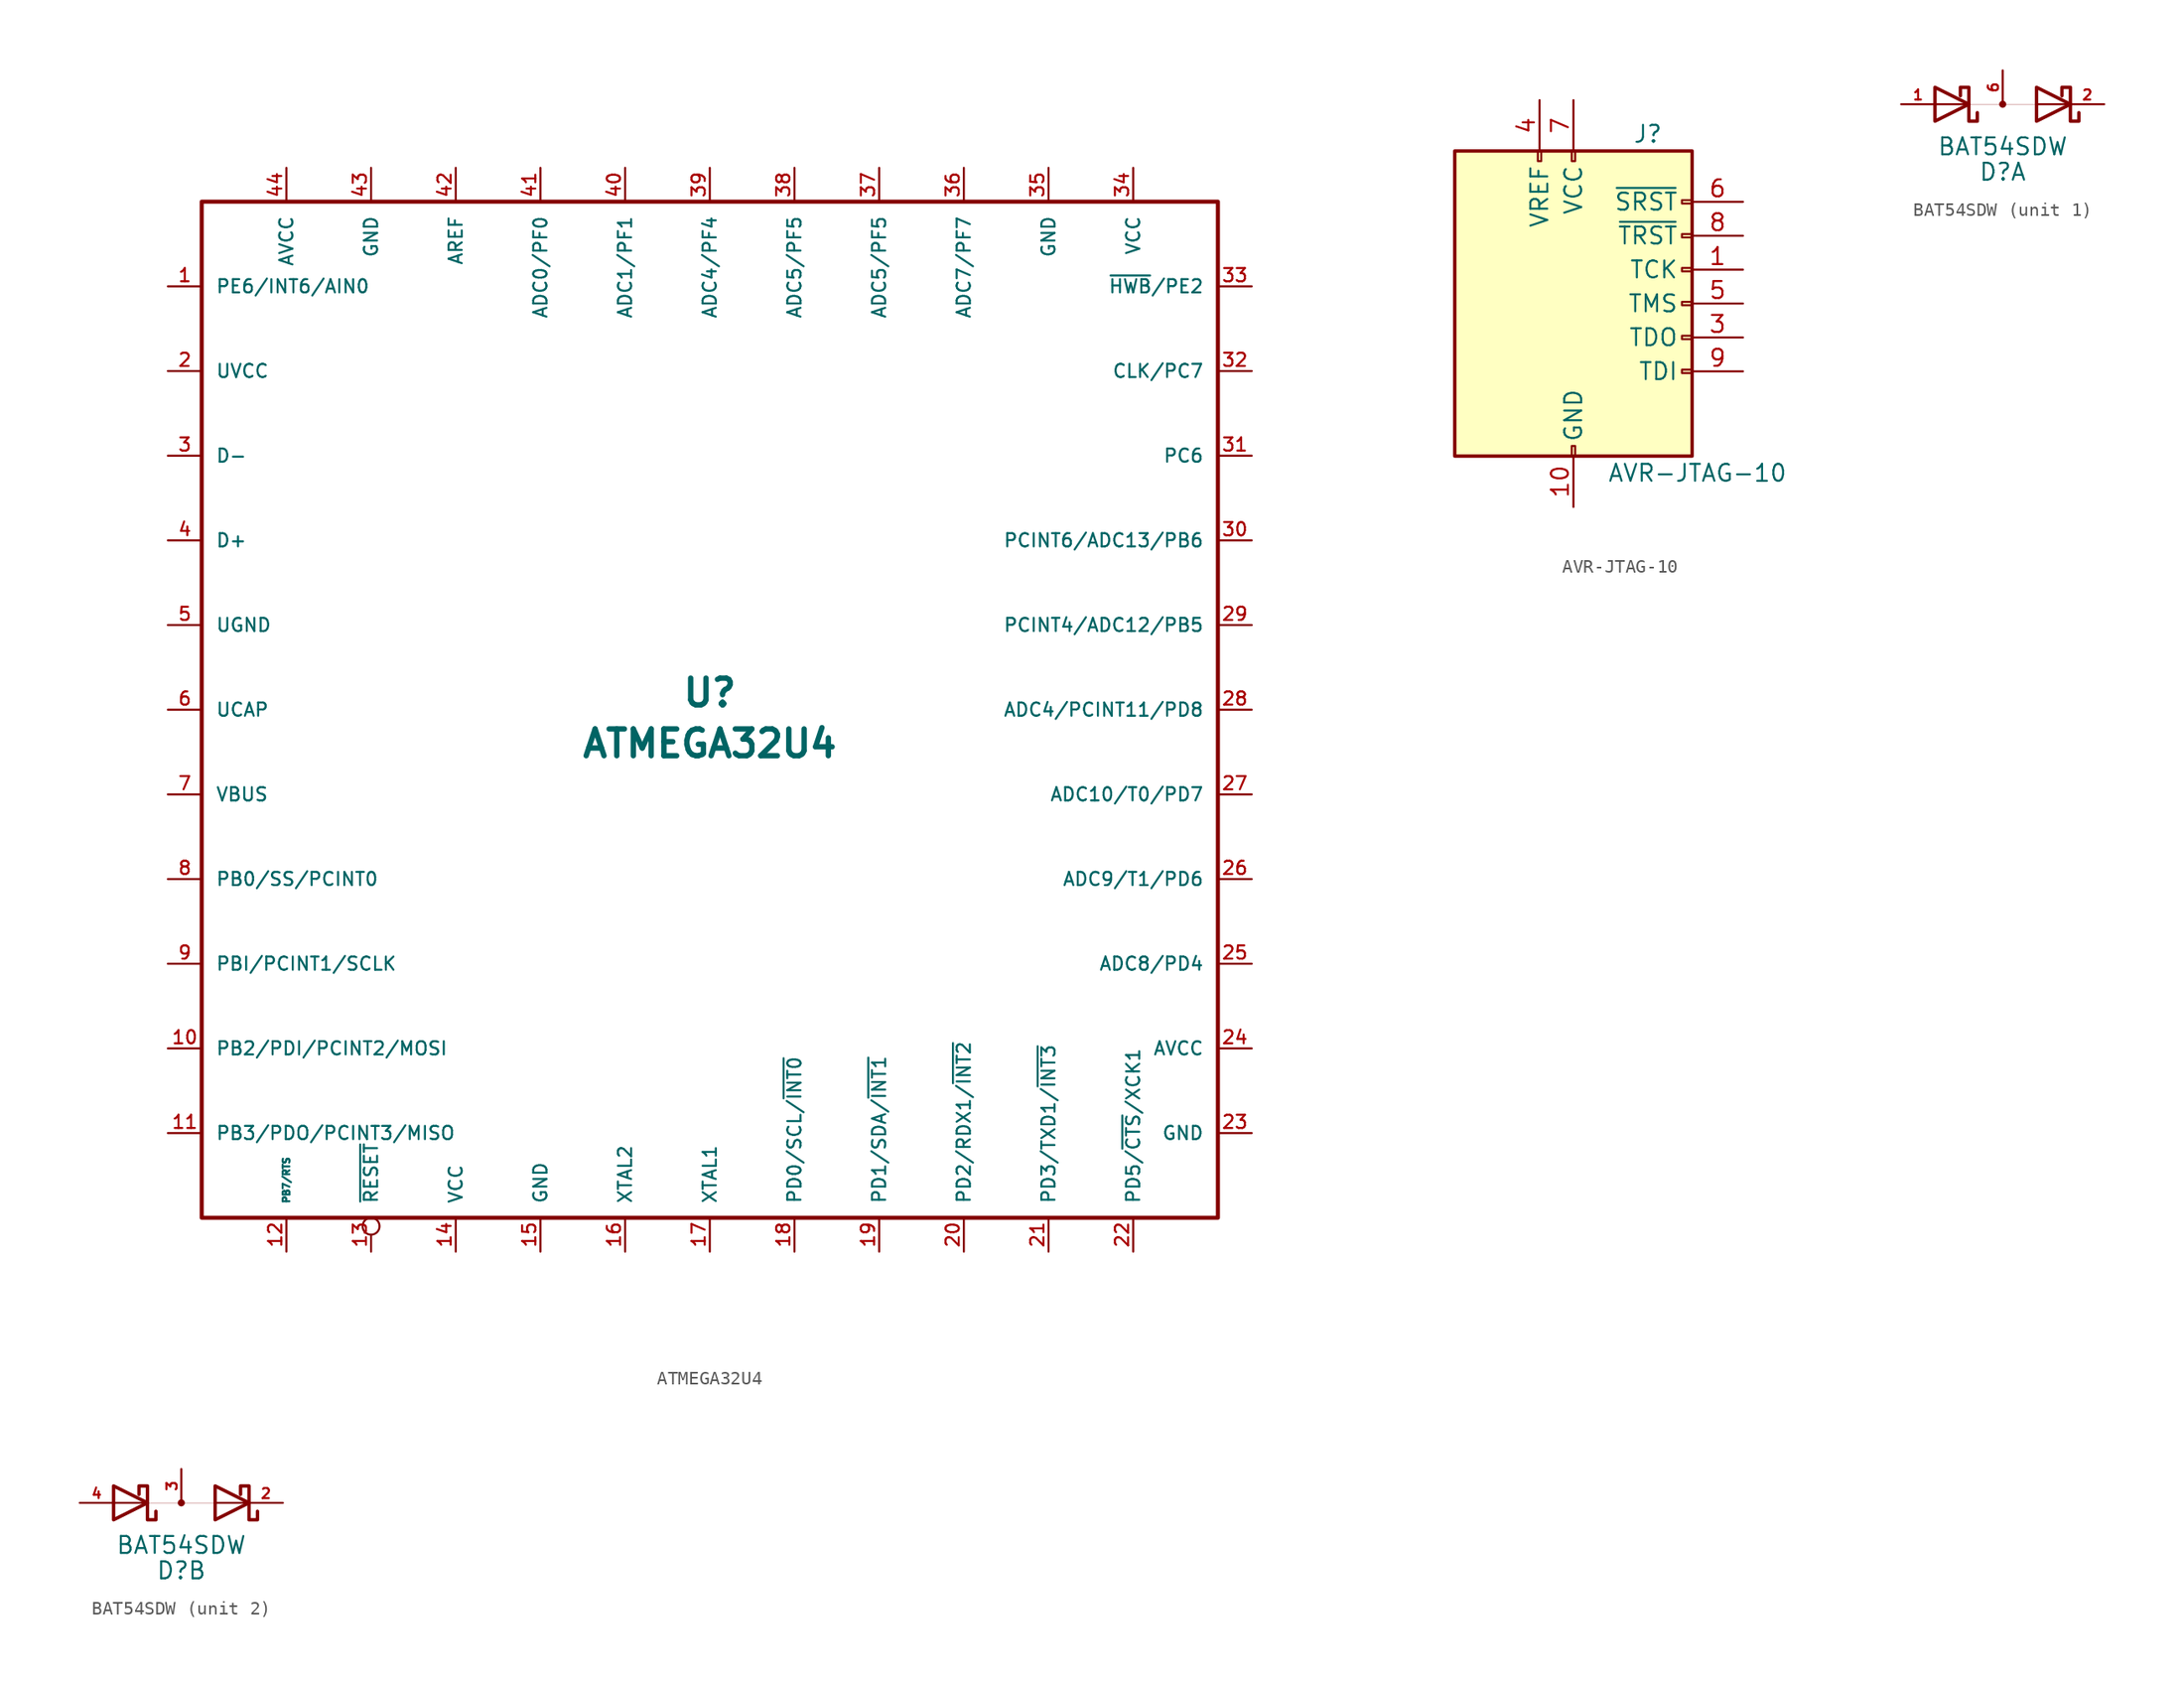
<source format=kicad_sym>
(kicad_symbol_lib
  (version 20211014)
  (generator kicad_symbol_editor)
  (symbol "acheron_Symbols:ATMEGA32U4"
    (pin_names
      (offset 1.016))
    (property "Reference" "U"
      (at 0 1.27 0)
      (effects (font (size 2.007 2.007) bold)))
    (property "Value" "ATMEGA32U4"
      (at 0 -2.54 0)
      (effects (font (size 2.007 2.007) bold)))
    (symbol "ATMEGA32U4_0_1"
      (rectangle (start -38.1 38.1) (end 38.1 -38.1) (stroke (width 0.305) (type default) (color 0 0 0 0)) (fill (type none))))
    (symbol "ATMEGA32U4_1_1"
      (pin bidirectional line (at -40.64 31.75 0) (length 2.54) (name "PE6/INT6/AIN0" (effects (font (size 0.991 0.991)))) (number "1" (effects (font (size 0.991 0.991)))))
      (pin bidirectional line (at -40.64 -25.4 0) (length 2.54) (name "PB2/PDI/PCINT2/MOSI" (effects (font (size 0.991 0.991)))) (number "10" (effects (font (size 0.991 0.991)))))
      (pin bidirectional line (at -40.64 -31.75 0) (length 2.54) (name "PB3/PDO/PCINT3/MISO" (effects (font (size 0.991 0.991)))) (number "11" (effects (font (size 0.991 0.991)))))
      (pin bidirectional line (at -31.75 -40.64 90) (length 2.54) (name "PB7/RTS" (effects (font (size 0.508 0.508)))) (number "12" (effects (font (size 0.991 0.991)))))
      (pin input inverted (at -25.4 -40.64 90) (length 2.54) (name "~{RESET}" (effects (font (size 0.991 0.991)))) (number "13" (effects (font (size 0.991 0.991)))))
      (pin power_in line (at -19.05 -40.64 90) (length 2.54) (name "VCC" (effects (font (size 0.991 0.991)))) (number "14" (effects (font (size 0.991 0.991)))))
      (pin power_in line (at -12.7 -40.64 90) (length 2.54) (name "GND" (effects (font (size 0.991 0.991)))) (number "15" (effects (font (size 0.991 0.991)))))
      (pin input line (at -6.35 -40.64 90) (length 2.54) (name "XTAL2" (effects (font (size 0.991 0.991)))) (number "16" (effects (font (size 0.991 0.991)))))
      (pin input line (at 0 -40.64 90) (length 2.54) (name "XTAL1" (effects (font (size 0.991 0.991)))) (number "17" (effects (font (size 0.991 0.991)))))
      (pin bidirectional line (at 6.35 -40.64 90) (length 2.54) (name "PD0/SCL/~{INT0}" (effects (font (size 0.991 0.991)))) (number "18" (effects (font (size 0.991 0.991)))))
      (pin bidirectional line (at 12.7 -40.64 90) (length 2.54) (name "PD1/SDA/~{INT1}" (effects (font (size 0.991 0.991)))) (number "19" (effects (font (size 0.991 0.991)))))
      (pin power_in line (at -40.64 25.4 0) (length 2.54) (name "UVCC" (effects (font (size 0.991 0.991)))) (number "2" (effects (font (size 0.991 0.991)))))
      (pin bidirectional line (at 19.05 -40.64 90) (length 2.54) (name "PD2/RDX1/~{INT2}" (effects (font (size 0.991 0.991)))) (number "20" (effects (font (size 0.991 0.991)))))
      (pin bidirectional line (at 25.4 -40.64 90) (length 2.54) (name "PD3/TXD1/~{INT3}" (effects (font (size 0.991 0.991)))) (number "21" (effects (font (size 0.991 0.991)))))
      (pin bidirectional line (at 31.75 -40.64 90) (length 2.54) (name "PD5/~{CTS}/XCK1" (effects (font (size 0.991 0.991)))) (number "22" (effects (font (size 0.991 0.991)))))
      (pin power_in line (at 40.64 -31.75 180) (length 2.54) (name "GND" (effects (font (size 0.991 0.991)))) (number "23" (effects (font (size 0.991 0.991)))))
      (pin power_in line (at 40.64 -25.4 180) (length 2.54) (name "AVCC" (effects (font (size 0.991 0.991)))) (number "24" (effects (font (size 0.991 0.991)))))
      (pin bidirectional line (at 40.64 -19.05 180) (length 2.54) (name "ADC8/PD4" (effects (font (size 0.991 0.991)))) (number "25" (effects (font (size 0.991 0.991)))))
      (pin bidirectional line (at 40.64 -12.7 180) (length 2.54) (name "ADC9/T1/PD6" (effects (font (size 0.991 0.991)))) (number "26" (effects (font (size 0.991 0.991)))))
      (pin bidirectional line (at 40.64 -6.35 180) (length 2.54) (name "ADC10/T0/PD7" (effects (font (size 0.991 0.991)))) (number "27" (effects (font (size 0.991 0.991)))))
      (pin bidirectional line (at 40.64 0 180) (length 2.54) (name "ADC4/PCINT11/PD8" (effects (font (size 0.991 0.991)))) (number "28" (effects (font (size 0.991 0.991)))))
      (pin bidirectional line (at 40.64 6.35 180) (length 2.54) (name "PCINT4/ADC12/PB5" (effects (font (size 0.991 0.991)))) (number "29" (effects (font (size 0.991 0.991)))))
      (pin bidirectional line (at -40.64 19.05 0) (length 2.54) (name "D-" (effects (font (size 0.991 0.991)))) (number "3" (effects (font (size 0.991 0.991)))))
      (pin bidirectional line (at 40.64 12.7 180) (length 2.54) (name "PCINT6/ADC13/PB6" (effects (font (size 0.991 0.991)))) (number "30" (effects (font (size 0.991 0.991)))))
      (pin bidirectional line (at 40.64 19.05 180) (length 2.54) (name "PC6" (effects (font (size 0.991 0.991)))) (number "31" (effects (font (size 0.991 0.991)))))
      (pin bidirectional line (at 40.64 25.4 180) (length 2.54) (name "CLK/PC7" (effects (font (size 0.991 0.991)))) (number "32" (effects (font (size 0.991 0.991)))))
      (pin bidirectional line (at 40.64 31.75 180) (length 2.54) (name "~{HWB}/PE2" (effects (font (size 0.991 0.991)))) (number "33" (effects (font (size 0.991 0.991)))))
      (pin power_in line (at 31.75 40.64 270) (length 2.54) (name "VCC" (effects (font (size 0.991 0.991)))) (number "34" (effects (font (size 0.991 0.991)))))
      (pin power_in line (at 25.4 40.64 270) (length 2.54) (name "GND" (effects (font (size 0.991 0.991)))) (number "35" (effects (font (size 0.991 0.991)))))
      (pin bidirectional line (at 19.05 40.64 270) (length 2.54) (name "ADC7/PF7" (effects (font (size 0.991 0.991)))) (number "36" (effects (font (size 0.991 0.991)))))
      (pin bidirectional line (at 12.7 40.64 270) (length 2.54) (name "ADC5/PF5" (effects (font (size 0.991 0.991)))) (number "37" (effects (font (size 0.991 0.991)))))
      (pin bidirectional line (at 6.35 40.64 270) (length 2.54) (name "ADC5/PF5" (effects (font (size 0.991 0.991)))) (number "38" (effects (font (size 0.991 0.991)))))
      (pin bidirectional line (at 0 40.64 270) (length 2.54) (name "ADC4/PF4" (effects (font (size 0.991 0.991)))) (number "39" (effects (font (size 0.991 0.991)))))
      (pin bidirectional line (at -40.64 12.7 0) (length 2.54) (name "D+" (effects (font (size 0.991 0.991)))) (number "4" (effects (font (size 0.991 0.991)))))
      (pin bidirectional line (at -6.35 40.64 270) (length 2.54) (name "ADC1/PF1" (effects (font (size 0.991 0.991)))) (number "40" (effects (font (size 0.991 0.991)))))
      (pin bidirectional line (at -12.7 40.64 270) (length 2.54) (name "ADC0/PF0" (effects (font (size 0.991 0.991)))) (number "41" (effects (font (size 0.991 0.991)))))
      (pin input line (at -19.05 40.64 270) (length 2.54) (name "AREF" (effects (font (size 0.991 0.991)))) (number "42" (effects (font (size 0.991 0.991)))))
      (pin power_in line (at -25.4 40.64 270) (length 2.54) (name "GND" (effects (font (size 0.991 0.991)))) (number "43" (effects (font (size 0.991 0.991)))))
      (pin power_in line (at -31.75 40.64 270) (length 2.54) (name "AVCC" (effects (font (size 0.991 0.991)))) (number "44" (effects (font (size 0.991 0.991)))))
      (pin power_in line (at -40.64 6.35 0) (length 2.54) (name "UGND" (effects (font (size 0.991 0.991)))) (number "5" (effects (font (size 0.991 0.991)))))
      (pin input line (at -40.64 0 0) (length 2.54) (name "UCAP" (effects (font (size 0.991 0.991)))) (number "6" (effects (font (size 0.991 0.991)))))
      (pin power_in line (at -40.64 -6.35 0) (length 2.54) (name "VBUS" (effects (font (size 0.991 0.991)))) (number "7" (effects (font (size 0.991 0.991)))))
      (pin bidirectional line (at -40.64 -12.7 0) (length 2.54) (name "PB0/SS/PCINT0" (effects (font (size 0.991 0.991)))) (number "8" (effects (font (size 0.991 0.991)))))
      (pin bidirectional line (at -40.64 -19.05 0) (length 2.54) (name "PBI/PCINT1/SCLK" (effects (font (size 0.991 0.991)))) (number "9" (effects (font (size 0.991 0.991)))))))
  (symbol "acheron_Symbols:AVR-JTAG-10"
    (pin_names
      (offset 1.016))
    (property "Reference" "J"
      (at 4.445 12.7 0)
      (effects (font (size 1.27 1.27)) (justify left)))
    (property "Value" "AVR-JTAG-10"
      (at 2.54 -12.7 0)
      (effects (font (size 1.27 1.27)) (justify left)))
    (symbol "AVR-JTAG-10_0_1"
      (rectangle (start -2.667 11.43) (end -2.413 10.668) (stroke (width 0) (type default) (color 0 0 0 0)) (fill (type none)))
      (rectangle (start -0.127 -10.668) (end 0.127 -11.43) (stroke (width 0) (type default) (color 0 0 0 0)) (fill (type none)))
      (rectangle (start -0.127 11.43) (end 0.127 10.668) (stroke (width 0) (type default) (color 0 0 0 0)) (fill (type none)))
      (rectangle (start 8.89 -4.953) (end 8.128 -5.207) (stroke (width 0) (type default) (color 0 0 0 0)) (fill (type none)))
      (rectangle (start 8.89 -2.413) (end 8.128 -2.667) (stroke (width 0) (type default) (color 0 0 0 0)) (fill (type none)))
      (rectangle (start 8.89 0.127) (end 8.128 -0.127) (stroke (width 0) (type default) (color 0 0 0 0)) (fill (type none)))
      (rectangle (start 8.89 2.667) (end 8.128 2.413) (stroke (width 0) (type default) (color 0 0 0 0)) (fill (type none)))
      (rectangle (start 8.89 5.207) (end 8.128 4.953) (stroke (width 0) (type default) (color 0 0 0 0)) (fill (type none)))
      (rectangle (start 8.89 7.747) (end 8.128 7.493) (stroke (width 0) (type default) (color 0 0 0 0)) (fill (type none)))
      (rectangle (start 8.89 11.43) (end -8.89 -11.43) (stroke (width 0.254) (type default) (color 0 0 0 0)) (fill (type background))))
    (symbol "AVR-JTAG-10_1_1"
      (pin passive line (at 12.7 2.54 180) (length 3.81) (name "TCK" (effects (font (size 1.27 1.27)))) (number "1" (effects (font (size 1.27 1.27)))))
      (pin power_in line (at 0 -15.24 90) (length 3.81) (name "GND" (effects (font (size 1.27 1.27)))) (number "10" (effects (font (size 1.27 1.27)))))
      (pin passive line (at 0 -15.24 90) (length 3.81) hide (name "GND" (effects (font (size 1.27 1.27)))) (number "2" (effects (font (size 1.27 1.27)))))
      (pin passive line (at 12.7 -2.54 180) (length 3.81) (name "TDO" (effects (font (size 1.27 1.27)))) (number "3" (effects (font (size 1.27 1.27)))))
      (pin passive line (at -2.54 15.24 270) (length 3.81) (name "VREF" (effects (font (size 1.27 1.27)))) (number "4" (effects (font (size 1.27 1.27)))))
      (pin passive line (at 12.7 0 180) (length 3.81) (name "TMS" (effects (font (size 1.27 1.27)))) (number "5" (effects (font (size 1.27 1.27)))))
      (pin passive line (at 12.7 7.62 180) (length 3.81) (name "~{SRST}" (effects (font (size 1.27 1.27)))) (number "6" (effects (font (size 1.27 1.27)))))
      (pin power_in line (at 0 15.24 270) (length 3.81) (name "VCC" (effects (font (size 1.27 1.27)))) (number "7" (effects (font (size 1.27 1.27)))))
      (pin passive line (at 12.7 5.08 180) (length 3.81) (name "~{TRST}" (effects (font (size 1.27 1.27)))) (number "8" (effects (font (size 1.27 1.27)))))
      (pin passive line (at 12.7 -5.08 180) (length 3.81) (name "TDI" (effects (font (size 1.27 1.27)))) (number "9" (effects (font (size 1.27 1.27)))))))
  (symbol "acheron_Symbols:BAT54SDW"
    (pin_names
      (offset 1.016))
    (property "Reference" "D"
      (at 0 -5.08 0)
      (effects (font (size 1.27 1.27))))
    (property "Value" "BAT54SDW"
      (at 0 -3.175 0)
      (effects (font (size 1.27 1.27))))
    (symbol "BAT54SDW_0_1"
      (rectangle (start -2.54 0) (end 2.54 0) (stroke (width 0.001) (type default) (color 0 0 0 0)) (fill (type none)))
      (polyline (pts (xy -5.08 0) (xy -2.54 0)) (stroke (width 0) (type default) (color 0 0 0 0)) (fill (type none)))
      (polyline (pts (xy 2.54 0) (xy 5.08 0)) (stroke (width 0) (type default) (color 0 0 0 0)) (fill (type none)))
      (polyline (pts (xy -5.08 -1.27) (xy -5.08 1.27) (xy -2.54 0) (xy -5.08 -1.27)) (stroke (width 0.254) (type default) (color 0 0 0 0)) (fill (type none)))
      (polyline (pts (xy 2.54 -1.27) (xy 2.54 1.27) (xy 5.08 0) (xy 2.54 -1.27)) (stroke (width 0.254) (type default) (color 0 0 0 0)) (fill (type none)))
      (polyline (pts (xy -1.905 -0.635) (xy -1.905 -1.27) (xy -2.54 -1.27) (xy -2.54 1.27) (xy -3.175 1.27) (xy -3.175 0.635)) (stroke (width 0.254) (type default) (color 0 0 0 0)) (fill (type none)))
      (polyline (pts (xy 5.715 -0.635) (xy 5.715 -1.27) (xy 5.08 -1.27) (xy 5.08 1.27) (xy 4.445 1.27) (xy 4.445 0.635)) (stroke (width 0.254) (type default) (color 0 0 0 0)) (fill (type none)))
      (circle (center 0 0) (radius 0.254) (stroke (width 0.003) (type default) (color 0 0 0 0)) (fill (type outline))))
    (symbol "BAT54SDW_1_1"
      (pin passive line (at -7.62 0 0) (length 2.54) (name "4" (effects (font (size 0 0)))) (number "1" (effects (font (size 0.762 0.762)))))
      (pin passive line (at 7.62 0 180) (length 2.54) (name "2" (effects (font (size 0 0)))) (number "2" (effects (font (size 0.762 0.762)))))
      (pin passive line (at 0 2.54 270) (length 2.54) (name "3" (effects (font (size 0 0)))) (number "6" (effects (font (size 0.762 0.762))))))
    (symbol "BAT54SDW_2_1"
      (pin passive line (at 7.62 0 180) (length 2.54) (name "2" (effects (font (size 0 0)))) (number "2" (effects (font (size 0.762 0.762)))))
      (pin passive line (at 0 2.54 270) (length 2.54) (name "3" (effects (font (size 0 0)))) (number "3" (effects (font (size 0.762 0.762)))))
      (pin passive line (at -7.62 0 0) (length 2.54) (name "4" (effects (font (size 0 0)))) (number "4" (effects (font (size 0.762 0.762))))))))
</source>
